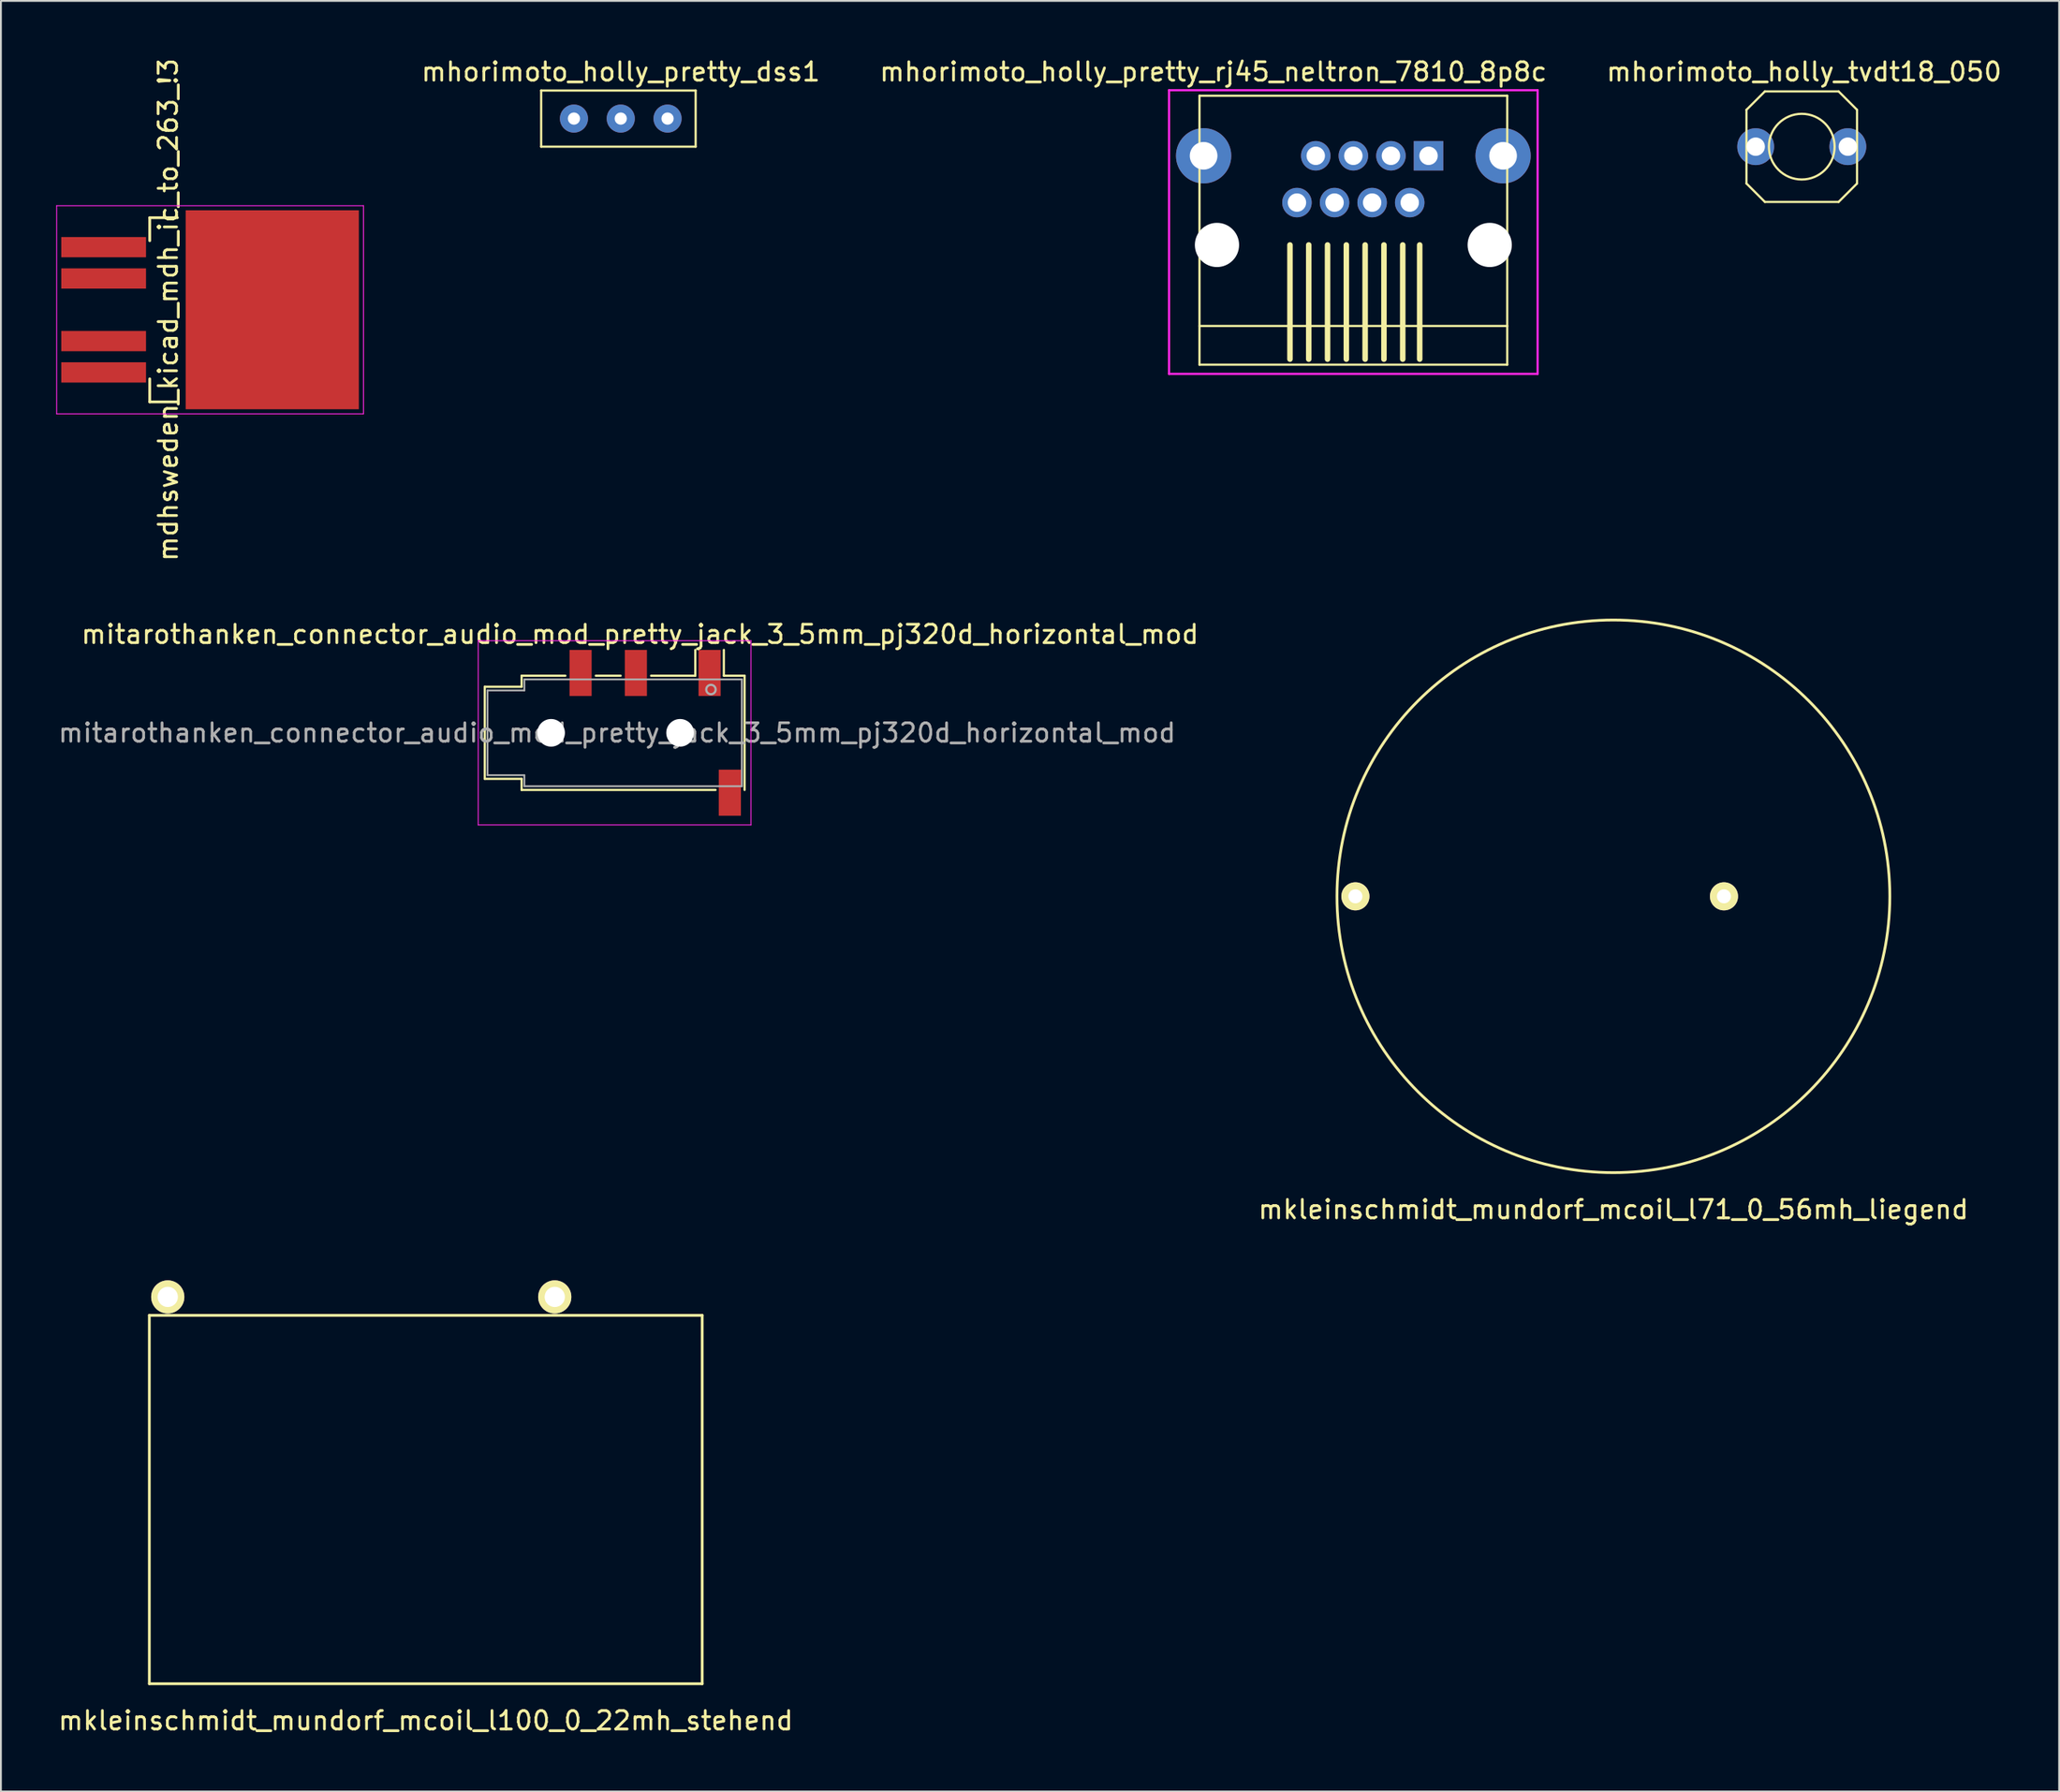
<source format=kicad_pcb>
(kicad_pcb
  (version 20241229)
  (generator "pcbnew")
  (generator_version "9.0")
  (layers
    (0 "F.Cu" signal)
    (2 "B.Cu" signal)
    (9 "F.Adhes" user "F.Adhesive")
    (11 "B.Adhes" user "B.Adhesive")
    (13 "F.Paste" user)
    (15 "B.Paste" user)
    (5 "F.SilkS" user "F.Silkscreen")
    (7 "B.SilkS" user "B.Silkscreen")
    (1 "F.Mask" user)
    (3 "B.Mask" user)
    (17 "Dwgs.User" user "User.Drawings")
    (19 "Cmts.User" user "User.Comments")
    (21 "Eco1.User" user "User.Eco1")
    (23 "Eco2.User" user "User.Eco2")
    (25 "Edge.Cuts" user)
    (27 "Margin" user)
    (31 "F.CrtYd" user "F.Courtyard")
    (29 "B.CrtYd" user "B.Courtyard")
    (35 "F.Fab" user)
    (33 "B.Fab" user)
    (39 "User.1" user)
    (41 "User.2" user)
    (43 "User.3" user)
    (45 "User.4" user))
  (footprint "mdhsweden_kicad_mdh_ic_to_263_!3"
    (layer "F.Cu")
    (at 2.575 13.768)
    (property "Reference" "mdhsweden_kicad_mdh_ic_to_263_!3" (at 3.5 0 90) (layer "F.SilkS") (effects (font (size 1 1) (thickness 0.15))))
    (attr smd)
    (fp_line (start 2.5 -5) (end 2.5 -3.75) (stroke (width 0.15) (type solid)) (layer "F.SilkS"))
    (fp_line (start 2.5 -5) (end 4 -5) (stroke (width 0.15) (type solid)) (layer "F.SilkS"))
    (fp_line (start 2.5 5) (end 2.5 3.75) (stroke (width 0.15) (type solid)) (layer "F.SilkS"))
    (fp_line (start 2.5 5) (end 4 5) (stroke (width 0.15) (type solid)) (layer "F.SilkS"))
    (fp_line (start -2.55 -5.65) (end -2.55 5.65) (stroke (width 0.05) (type solid)) (layer "F.CrtYd"))
    (fp_line (start 14.1 -5.65) (end -2.55 -5.65) (stroke (width 0.05) (type solid)) (layer "F.CrtYd"))
    (fp_line (start 14.1 -5.65) (end 14.1 5.65) (stroke (width 0.05) (type solid)) (layer "F.CrtYd"))
    (fp_line (start 14.1 5.65) (end -2.55 5.65) (stroke (width 0.05) (type solid)) (layer "F.CrtYd"))
    (pad "1" smd rect (at 0 -3.4) (size 4.6 1.1) (layers "F.Cu" "F.Mask" "F.Paste"))
    (pad "2" smd rect (at 0 -1.7) (size 4.6 1.1) (layers "F.Cu" "F.Mask" "F.Paste"))
    (pad "3" smd rect (at 9.15 0) (size 9.4 10.8) (layers "F.Cu" "F.Mask" "F.Paste"))
    (pad "4" smd rect (at 0 1.7) (size 4.6 1.1) (layers "F.Cu" "F.Mask" "F.Paste"))
    (pad "5" smd rect (at 0 3.4) (size 4.6 1.1) (layers "F.Cu" "F.Mask" "F.Paste")))
  (footprint "mitarothanken_connector_audio_mod_pretty_jack_3_5mm_pj320d_horizontal_mod"
    (layer "F.Cu")
    (at 31.63 36.734)
    (property "Reference" "mitarothanken_connector_audio_mod_pretty_jack_3_5mm_pj320d_horizontal_mod" (at 0.05 -5.35 0) (layer "F.SilkS") (effects (font (size 1 1) (thickness 0.15))))
    (attr smd)
    (fp_line (start -8.375 -2.5) (end -8.375 2.5) (stroke (width 0.12) (type solid)) (layer "F.SilkS"))
    (fp_line (start -6.375 -3.1) (end -6.375 -2.5) (stroke (width 0.12) (type solid)) (layer "F.SilkS"))
    (fp_line (start -6.375 -3.1) (end -4 -3.1) (stroke (width 0.12) (type solid)) (layer "F.SilkS"))
    (fp_line (start -6.375 -2.5) (end -8.375 -2.5) (stroke (width 0.12) (type solid)) (layer "F.SilkS"))
    (fp_line (start -6.375 2.5) (end -8.375 2.5) (stroke (width 0.12) (type solid)) (layer "F.SilkS"))
    (fp_line (start -6.375 2.5) (end -6.375 3.1) (stroke (width 0.12) (type solid)) (layer "F.SilkS"))
    (fp_line (start -2.35 -3.1) (end -1 -3.1) (stroke (width 0.12) (type solid)) (layer "F.SilkS"))
    (fp_line (start 0.65 -3.1) (end 3.05 -3.1) (stroke (width 0.12) (type solid)) (layer "F.SilkS"))
    (fp_line (start 3.05 -3.1) (end 3.05 -4.5) (stroke (width 0.12) (type solid)) (layer "F.SilkS"))
    (fp_line (start 4.15 3.1) (end -6.375 3.1) (stroke (width 0.12) (type solid)) (layer "F.SilkS"))
    (fp_line (start 4.6 -3.1) (end 4.6 -4.5) (stroke (width 0.12) (type solid)) (layer "F.SilkS"))
    (fp_line (start 4.6 -3.1) (end 5.725 -3.1) (stroke (width 0.12) (type solid)) (layer "F.SilkS"))
    (fp_line (start 5.725 3.1) (end 5.725 -3.1) (stroke (width 0.12) (type solid)) (layer "F.SilkS"))
    (fp_line (start -8.73 -5) (end 6.07 -5) (stroke (width 0.05) (type solid)) (layer "F.CrtYd"))
    (fp_line (start -8.73 5) (end -8.73 -5) (stroke (width 0.05) (type solid)) (layer "F.CrtYd"))
    (fp_line (start -8.73 5) (end 6.07 5) (stroke (width 0.05) (type solid)) (layer "F.CrtYd"))
    (fp_line (start 6.07 5) (end 6.07 -5) (stroke (width 0.05) (type solid)) (layer "F.CrtYd"))
    (fp_line (start -8.225 -2.3) (end -6.225 -2.3) (stroke (width 0.1) (type solid)) (layer "F.Fab"))
    (fp_line (start -8.225 2.3) (end -8.225 -2.3) (stroke (width 0.1) (type solid)) (layer "F.Fab"))
    (fp_line (start -6.225 -2.9) (end 5.575 -2.9) (stroke (width 0.1) (type solid)) (layer "F.Fab"))
    (fp_line (start -6.225 -2.3) (end -6.225 -2.9) (stroke (width 0.1) (type solid)) (layer "F.Fab"))
    (fp_line (start -6.225 2.3) (end -8.225 2.3) (stroke (width 0.1) (type solid)) (layer "F.Fab"))
    (fp_line (start -6.225 2.9) (end -6.225 2.3) (stroke (width 0.1) (type solid)) (layer "F.Fab"))
    (fp_line (start 5.575 -2.9) (end 5.575 2.9) (stroke (width 0.1) (type solid)) (layer "F.Fab"))
    (fp_line (start 5.575 2.9) (end -6.225 2.9) (stroke (width 0.1) (type solid)) (layer "F.Fab"))
    (fp_circle (center 3.9 -2.35) (end 3.95 -2.1) (stroke (width 0.12) (type solid)) (fill no) (layer "F.Fab"))
    (fp_text user "${REFERENCE}" (at -1.195 0 0) (layer "F.Fab") (effects (font (size 1 1) (thickness 0.15))))
    (pad "" np_thru_hole circle (at -4.775 0) (size 1.5 1.5) (drill 1.5) (layers "*.Cu" "*.Mask"))
    (pad "" np_thru_hole circle (at 2.225 0) (size 1.5 1.5) (drill 1.5) (layers "*.Cu" "*.Mask"))
    (pad "R1" smd rect (at -0.175 -3.25) (size 1.2 2.5) (layers "F.Cu" "F.Mask" "F.Paste"))
    (pad "R2" smd rect (at -3.175 -3.25) (size 1.2 2.5) (layers "F.Cu" "F.Mask" "F.Paste"))
    (pad "S" smd rect (at 4.925 3.25) (size 1.2 2.5) (layers "F.Cu" "F.Mask" "F.Paste"))
    (pad "T" smd rect (at 3.825 -3.25) (size 1.2 2.5) (layers "F.Cu" "F.Mask" "F.Paste")))
  (footprint "mhorimoto_holly_pretty_dss1"
    (layer "F.Cu")
    (at 30.635 3.388)
    (property "Reference" "mhorimoto_holly_pretty_dss1" (at 0 -2.54 0) (layer "F.SilkS") (effects (font (size 1 1) (thickness 0.15))))
    (attr through_hole)
    (fp_line (start -4.318 -1.524) (end -4.318 1.524) (stroke (width 0.12) (type solid)) (layer "F.SilkS"))
    (fp_line (start -4.318 1.524) (end 4.064 1.524) (stroke (width 0.12) (type solid)) (layer "F.SilkS"))
    (fp_line (start 4.064 -1.524) (end -4.318 -1.524) (stroke (width 0.12) (type solid)) (layer "F.SilkS"))
    (fp_line (start 4.064 1.524) (end 4.064 -1.524) (stroke (width 0.12) (type solid)) (layer "F.SilkS"))
    (pad "1" thru_hole circle (at -2.54 0) (size 1.524 1.524) (drill 0.662) (layers "*.Cu" "*.Mask"))
    (pad "2" thru_hole circle (at 0 0) (size 1.524 1.524) (drill 0.662) (layers "*.Cu" "*.Mask"))
    (pad "3" thru_hole circle (at 2.54 0) (size 1.524 1.524) (drill 0.662) (layers "*.Cu" "*.Mask")))
  (footprint "mkleinschmidt_mundorf_mcoil_l71_0_56mh_liegend"
    (layer "F.Cu")
    (at 84.501 45.611)
    (property "Reference" "mkleinschmidt_mundorf_mcoil_l71_0_56mh_liegend" (at 0 17 0) (layer "F.SilkS") (effects (font (size 1 1) (thickness 0.15))))
    (attr through_hole)
    (fp_circle (center 0 0) (end 15 0) (stroke (width 0.15) (type solid)) (fill no) (layer "F.SilkS"))
    (pad "1" thru_hole circle (at 6 0) (size 1.524 1.524) (drill 0.762) (layers "*.Mask" "B.Cu" "F.SilkS"))
    (pad "2" thru_hole circle (at -14 0) (size 1.524 1.524) (drill 0.762) (layers "*.Mask" "B.Cu" "F.SilkS")))
  (footprint "mhorimoto_holly_pretty_rj45_neltron_7810_8p8c"
    (layer "F.Cu")
    (at 70.389 10.248)
    (property "Reference" "mhorimoto_holly_pretty_rj45_neltron_7810_8p8c" (at -7.6 -9.4 0) (layer "F.SilkS") (effects (font (size 1 1) (thickness 0.15))))
    (attr through_hole)
    (fp_line (start -8.35 -8.1) (end 8.35 -8.1) (stroke (width 0.12) (type solid)) (layer "F.SilkS"))
    (fp_line (start -8.35 4.4) (end 8.35 4.4) (stroke (width 0.12) (type solid)) (layer "F.SilkS"))
    (fp_line (start -8.35 6.5) (end -8.35 -8.1) (stroke (width 0.12) (type solid)) (layer "F.SilkS"))
    (fp_line (start -3.44 0) (end -3.44 6.2) (stroke (width 0.3) (type solid)) (layer "F.SilkS"))
    (fp_line (start -2.42 0) (end -2.42 6.2) (stroke (width 0.3) (type solid)) (layer "F.SilkS"))
    (fp_line (start -1.4 0) (end -1.4 6.2) (stroke (width 0.3) (type solid)) (layer "F.SilkS"))
    (fp_line (start -0.38 0) (end -0.38 6.2) (stroke (width 0.3) (type solid)) (layer "F.SilkS"))
    (fp_line (start 0.64 0) (end 0.64 6.2) (stroke (width 0.3) (type solid)) (layer "F.SilkS"))
    (fp_line (start 1.66 0) (end 1.66 6.2) (stroke (width 0.3) (type solid)) (layer "F.SilkS"))
    (fp_line (start 2.68 0) (end 2.68 6.2) (stroke (width 0.3) (type solid)) (layer "F.SilkS"))
    (fp_line (start 3.6 0) (end 3.6 6.2) (stroke (width 0.3) (type solid)) (layer "F.SilkS"))
    (fp_line (start 8.35 -8.1) (end 8.35 6.5) (stroke (width 0.12) (type solid)) (layer "F.SilkS"))
    (fp_line (start 8.35 6.5) (end -8.35 6.5) (stroke (width 0.12) (type solid)) (layer "F.SilkS"))
    (fp_line (start -10 -8.4) (end 10 -8.4) (stroke (width 0.12) (type solid)) (layer "F.CrtYd"))
    (fp_line (start -10 7) (end -10 -8.4) (stroke (width 0.12) (type solid)) (layer "F.CrtYd"))
    (fp_line (start 10 -8.4) (end 10 7) (stroke (width 0.12) (type solid)) (layer "F.CrtYd"))
    (fp_line (start 10 7) (end -10 7) (stroke (width 0.12) (type solid)) (layer "F.CrtYd"))
    (pad "" thru_hole circle (at -8.125 -4.84) (size 3 3) (drill 1.5) (layers "*.Cu" "*.Mask"))
    (pad "" np_thru_hole circle (at -7.4 0) (size 2.4 2.4) (drill 2.4) (layers "*.Cu" "*.Mask"))
    (pad "" np_thru_hole circle (at 7.4 0) (size 2.4 2.4) (drill 2.4) (layers "*.Cu" "*.Mask"))
    (pad "" thru_hole circle (at 8.125 -4.84) (size 3 3) (drill 1.5) (layers "*.Cu" "*.Mask"))
    (pad "1" thru_hole rect (at 4.08 -4.84) (size 1.6 1.6) (drill 1) (layers "*.Cu" "*.Mask"))
    (pad "2" thru_hole circle (at 3.06 -2.3) (size 1.6 1.6) (drill 1) (layers "*.Cu" "*.Mask"))
    (pad "3" thru_hole circle (at 2.04 -4.84) (size 1.6 1.6) (drill 1) (layers "*.Cu" "*.Mask"))
    (pad "4" thru_hole circle (at 1.02 -2.3) (size 1.6 1.6) (drill 1) (layers "*.Cu" "*.Mask"))
    (pad "5" thru_hole circle (at 0 -4.84) (size 1.6 1.6) (drill 1) (layers "*.Cu" "*.Mask"))
    (pad "6" thru_hole circle (at -1.02 -2.3) (size 1.6 1.6) (drill 1) (layers "*.Cu" "*.Mask"))
    (pad "7" thru_hole circle (at -2.04 -4.84) (size 1.6 1.6) (drill 1) (layers "*.Cu" "*.Mask"))
    (pad "8" thru_hole circle (at -3.06 -2.3) (size 1.6 1.6) (drill 1) (layers "*.Cu" "*.Mask")))
  (footprint "mkleinschmidt_mundorf_mcoil_l100_0_22mh_stehend"
    (layer "F.Cu")
    (at 20.054 78.359)
    (property "Reference" "mkleinschmidt_mundorf_mcoil_l100_0_22mh_stehend" (at 0 12 0) (layer "F.SilkS") (effects (font (size 1 1) (thickness 0.15))))
    (attr through_hole)
    (fp_line (start -15 -10) (end 15 -10) (stroke (width 0.15) (type solid)) (layer "F.SilkS"))
    (fp_line (start -15 10) (end -15 -10) (stroke (width 0.15) (type solid)) (layer "F.SilkS"))
    (fp_line (start 15 -10) (end 15 10) (stroke (width 0.15) (type solid)) (layer "F.SilkS"))
    (fp_line (start 15 10) (end -15 10) (stroke (width 0.15) (type solid)) (layer "F.SilkS"))
    (pad "1" thru_hole circle (at 7 -11) (size 1.8 1.8) (drill 1.1) (layers "*.Mask" "B.Cu" "F.SilkS"))
    (pad "2" thru_hole circle (at -14 -11) (size 1.8 1.8) (drill 1.1) (layers "*.Mask" "B.Cu" "F.SilkS")))
  (footprint "mhorimoto_holly_tvdt18_050"
    (layer "F.Cu")
    (at 94.722 4.912)
    (property "Reference" "mhorimoto_holly_tvdt18_050" (at 0.127 -4.064 0) (layer "F.SilkS") (effects (font (size 1 1) (thickness 0.15))))
    (attr through_hole)
    (fp_line (start -3 -2) (end -3 2) (stroke (width 0.12) (type solid)) (layer "F.SilkS"))
    (fp_line (start -3 2) (end -2 3) (stroke (width 0.12) (type solid)) (layer "F.SilkS"))
    (fp_line (start -2 -3) (end -3 -2) (stroke (width 0.12) (type solid)) (layer "F.SilkS"))
    (fp_line (start -2 3) (end 2 3) (stroke (width 0.12) (type solid)) (layer "F.SilkS"))
    (fp_line (start 2 -3) (end -2 -3) (stroke (width 0.12) (type solid)) (layer "F.SilkS"))
    (fp_line (start 2 3) (end 3 2) (stroke (width 0.12) (type solid)) (layer "F.SilkS"))
    (fp_line (start 3 -2) (end 2 -3) (stroke (width 0.12) (type solid)) (layer "F.SilkS"))
    (fp_line (start 3 2) (end 3 -2) (stroke (width 0.12) (type solid)) (layer "F.SilkS"))
    (fp_circle (center 0 0) (end 0.127 1.778) (stroke (width 0.12) (type solid)) (fill no) (layer "F.SilkS"))
    (pad "1" thru_hole circle (at -2.5 0) (size 2 2) (drill 1) (layers "*.Cu" "*.Mask"))
    (pad "2" thru_hole circle (at 2.5 0) (size 2 2) (drill 1) (layers "*.Cu" "*.Mask")))
  (gr_rect
    (start -3 -3)
    (end 108.688 94.207)
    (stroke (width 0.1) (type default))
    (fill no)
    (layer "Edge.Cuts")))
</source>
